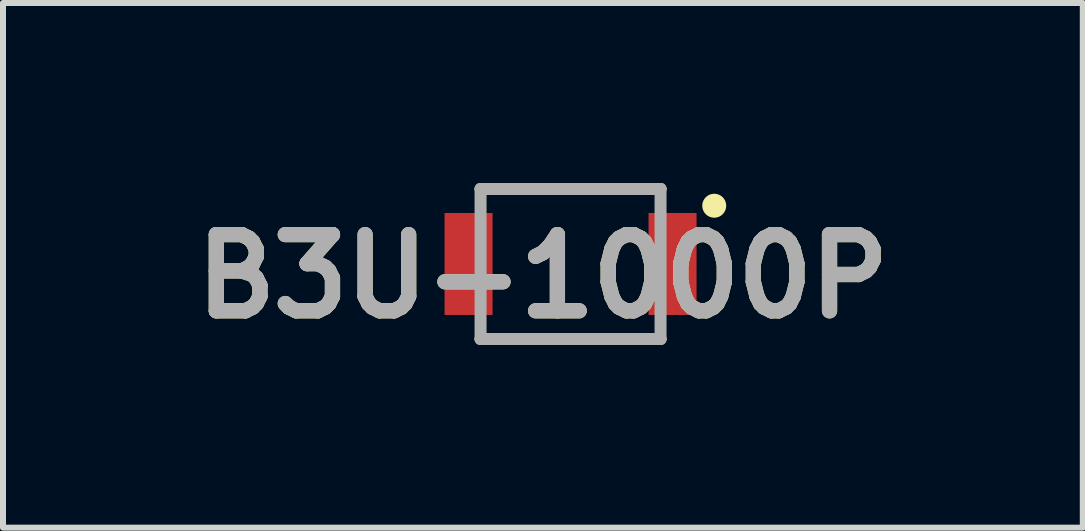
<source format=kicad_pcb>
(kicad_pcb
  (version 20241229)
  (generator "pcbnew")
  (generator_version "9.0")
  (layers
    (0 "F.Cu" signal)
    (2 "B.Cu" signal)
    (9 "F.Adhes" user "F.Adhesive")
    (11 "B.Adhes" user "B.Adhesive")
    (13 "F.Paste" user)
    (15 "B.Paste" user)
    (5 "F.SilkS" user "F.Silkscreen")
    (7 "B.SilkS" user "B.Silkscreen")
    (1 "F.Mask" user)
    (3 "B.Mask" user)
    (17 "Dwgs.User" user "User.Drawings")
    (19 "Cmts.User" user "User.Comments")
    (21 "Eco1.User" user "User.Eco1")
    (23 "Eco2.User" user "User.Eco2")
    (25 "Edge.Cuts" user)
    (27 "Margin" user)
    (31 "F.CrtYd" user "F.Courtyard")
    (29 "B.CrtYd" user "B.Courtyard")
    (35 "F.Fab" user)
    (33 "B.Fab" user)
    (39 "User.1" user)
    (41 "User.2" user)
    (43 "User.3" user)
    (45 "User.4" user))
  (footprint "B3U-1000P"
    (layer "F.Cu")
    (at 6.46 1.35)
    (property "Reference" "B3U-1000P" (at -0.461 0.206 0) (layer "F.SilkS") (effects (font (size 1.27 1.27) (thickness 0.254))))
    (attr smd)
    (fp_line (start -1.5 -1.25) (end 1.5 -1.25) (stroke (width 0.2) (type solid)) (layer "F.SilkS"))
    (fp_line (start -1.5 1.25) (end 1.5 1.25) (stroke (width 0.2) (type solid)) (layer "F.SilkS"))
    (fp_circle (center 2.395 -0.971) (end 2.395 -0.871) (stroke (width 0.2) (type solid)) (fill no) (layer "F.SilkS"))
    (fp_line (start -1.5 -1.25) (end 1.5 -1.25) (stroke (width 0.2) (type solid)) (layer "F.Fab"))
    (fp_line (start -1.5 1.25) (end -1.5 -1.25) (stroke (width 0.2) (type solid)) (layer "F.Fab"))
    (fp_line (start 1.5 -1.25) (end 1.5 1.25) (stroke (width 0.2) (type solid)) (layer "F.Fab"))
    (fp_line (start 1.5 1.25) (end -1.5 1.25) (stroke (width 0.2) (type solid)) (layer "F.Fab"))
    (fp_text user "${REFERENCE}" (at -0.461 0.206 0) (layer "F.Fab") (effects (font (size 1.27 1.27) (thickness 0.254))))
    (pad "1" smd rect (at 1.7 0) (size 0.8 1.7) (layers "F.Cu" "F.Mask" "F.Paste"))
    (pad "2" smd rect (at -1.7 0) (size 0.8 1.7) (layers "F.Cu" "F.Mask" "F.Paste")))
  (gr_rect
    (start -3 -3)
    (end 14.998 5.745)
    (stroke (width 0.1) (type default))
    (fill no)
    (layer "Edge.Cuts")))
</source>
